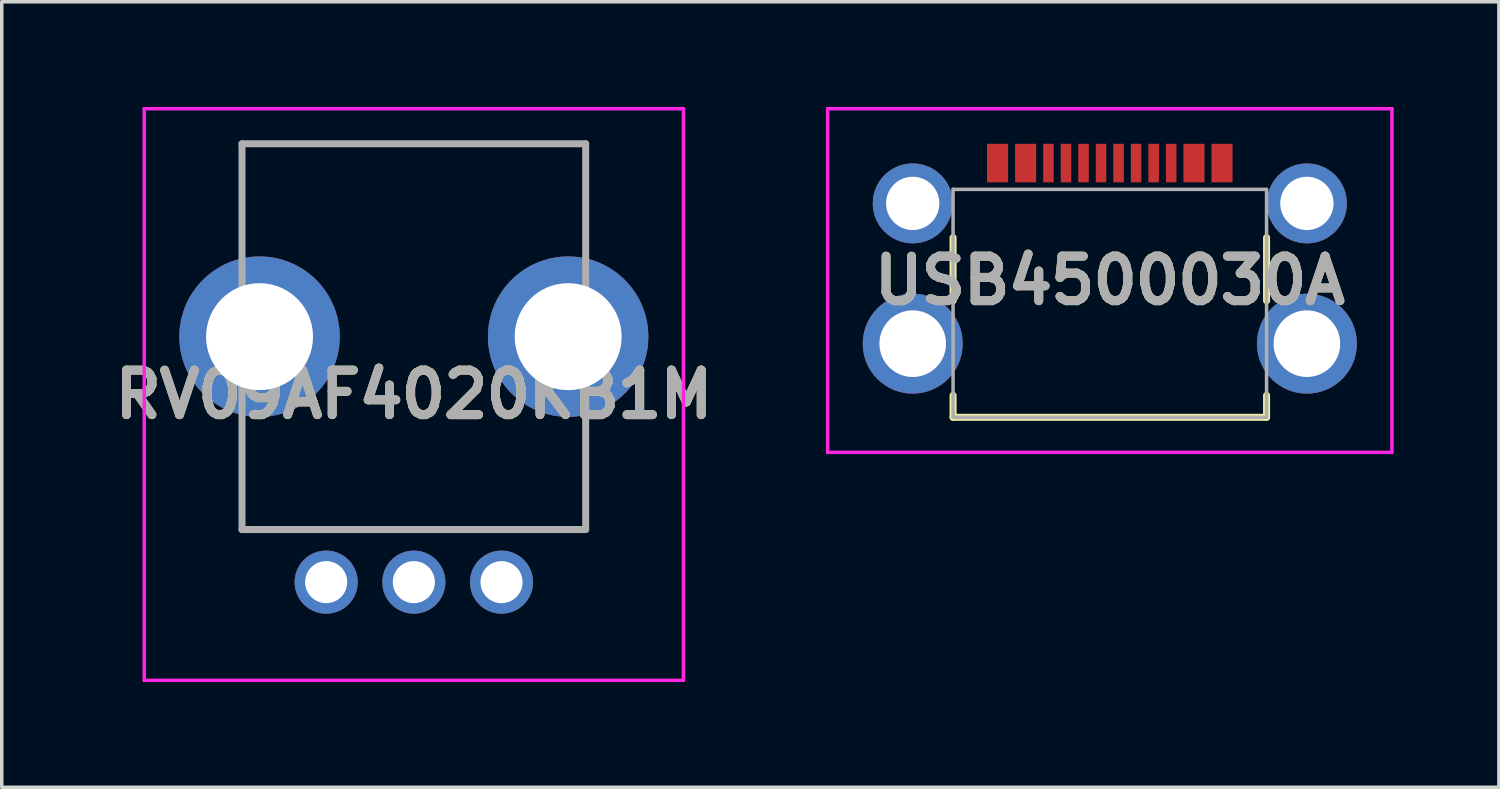
<source format=kicad_pcb>
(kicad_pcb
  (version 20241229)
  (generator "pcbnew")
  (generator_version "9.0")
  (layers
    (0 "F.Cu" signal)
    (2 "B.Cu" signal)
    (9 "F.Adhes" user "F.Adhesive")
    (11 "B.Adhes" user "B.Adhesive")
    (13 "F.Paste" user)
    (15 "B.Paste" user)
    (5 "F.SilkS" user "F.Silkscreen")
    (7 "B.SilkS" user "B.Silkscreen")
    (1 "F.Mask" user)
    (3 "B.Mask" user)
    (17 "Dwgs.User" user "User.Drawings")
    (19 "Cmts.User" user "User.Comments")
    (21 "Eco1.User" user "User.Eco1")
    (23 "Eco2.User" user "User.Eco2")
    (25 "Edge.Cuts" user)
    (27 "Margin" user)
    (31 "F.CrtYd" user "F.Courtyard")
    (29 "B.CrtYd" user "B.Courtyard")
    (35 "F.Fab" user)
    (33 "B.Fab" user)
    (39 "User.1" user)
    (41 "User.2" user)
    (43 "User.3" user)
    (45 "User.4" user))
  (footprint "USB4500030A"
    (layer "F.Cu")
    (at 28.597 5.6)
    (property "Reference" "USB4500030A" (at 0 -0.65 0) (layer "F.SilkS") (effects (font (size 1.27 1.27) (thickness 0.254))))
    (attr through_hole)
    (fp_line (start -4.47 -1.875) (end -4.47 -0.075) (stroke (width 0.2) (type solid)) (layer "F.SilkS"))
    (fp_line (start -4.47 2.625) (end -4.47 3.25) (stroke (width 0.2) (type solid)) (layer "F.SilkS"))
    (fp_line (start -4.47 3.25) (end 4.47 3.25) (stroke (width 0.2) (type solid)) (layer "F.SilkS"))
    (fp_line (start 4.47 -1.875) (end 4.47 -0.075) (stroke (width 0.2) (type solid)) (layer "F.SilkS"))
    (fp_line (start 4.47 3.25) (end 4.47 2.625) (stroke (width 0.2) (type solid)) (layer "F.SilkS"))
    (fp_line (start -8.045 -5.55) (end 8.045 -5.55) (stroke (width 0.1) (type solid)) (layer "F.CrtYd"))
    (fp_line (start -8.045 4.25) (end -8.045 -5.55) (stroke (width 0.1) (type solid)) (layer "F.CrtYd"))
    (fp_line (start 8.045 -5.55) (end 8.045 4.25) (stroke (width 0.1) (type solid)) (layer "F.CrtYd"))
    (fp_line (start 8.045 4.25) (end -8.045 4.25) (stroke (width 0.1) (type solid)) (layer "F.CrtYd"))
    (fp_line (start -4.47 -3.25) (end 4.47 -3.25) (stroke (width 0.1) (type solid)) (layer "F.Fab"))
    (fp_line (start -4.47 3.25) (end -4.47 -3.25) (stroke (width 0.1) (type solid)) (layer "F.Fab"))
    (fp_line (start 4.47 -3.25) (end 4.47 3.25) (stroke (width 0.1) (type solid)) (layer "F.Fab"))
    (fp_line (start 4.47 3.25) (end -4.47 3.25) (stroke (width 0.1) (type solid)) (layer "F.Fab"))
    (fp_text user "${REFERENCE}" (at 0 -0.65 0) (layer "F.Fab") (effects (font (size 1.27 1.27) (thickness 0.254))))
    (pad "A1" smd rect (at -3.2 -4) (size 0.6 1.1) (layers "F.Cu" "F.Mask" "F.Paste"))
    (pad "A4" smd rect (at -2.4 -4) (size 0.6 1.1) (layers "F.Cu" "F.Mask" "F.Paste"))
    (pad "A5" smd rect (at -1.25 -4) (size 0.3 1.1) (layers "F.Cu" "F.Mask" "F.Paste"))
    (pad "A6" smd rect (at -0.25 -4) (size 0.3 1.1) (layers "F.Cu" "F.Mask" "F.Paste"))
    (pad "A7" smd rect (at 0.25 -4) (size 0.3 1.1) (layers "F.Cu" "F.Mask" "F.Paste"))
    (pad "A8" smd rect (at 1.25 -4) (size 0.3 1.1) (layers "F.Cu" "F.Mask" "F.Paste"))
    (pad "A9" smd rect (at 2.4 -4) (size 0.6 1.1) (layers "F.Cu" "F.Mask" "F.Paste"))
    (pad "A12" smd rect (at 3.2 -4) (size 0.6 1.1) (layers "F.Cu" "F.Mask" "F.Paste"))
    (pad "B5" smd rect (at 1.75 -4) (size 0.3 1.1) (layers "F.Cu" "F.Mask" "F.Paste"))
    (pad "B6" smd rect (at 0.75 -4) (size 0.3 1.1) (layers "F.Cu" "F.Mask" "F.Paste"))
    (pad "B7" smd rect (at -0.75 -4) (size 0.3 1.1) (layers "F.Cu" "F.Mask" "F.Paste"))
    (pad "B8" smd rect (at -1.75 -4) (size 0.3 1.1) (layers "F.Cu" "F.Mask" "F.Paste"))
    (pad "MH1" thru_hole circle (at -5.62 -2.85) (size 2.28 2.28) (drill 1.52) (layers "*.Cu" "*.Mask"))
    (pad "MH2" thru_hole circle (at 5.62 -2.85) (size 2.28 2.28) (drill 1.52) (layers "*.Cu" "*.Mask"))
    (pad "MH3" thru_hole circle (at -5.62 1.15) (size 2.85 2.85) (drill 1.9) (layers "*.Cu" "*.Mask"))
    (pad "MH4" thru_hole circle (at 5.62 1.15) (size 2.85 2.85) (drill 1.9) (layers "*.Cu" "*.Mask")))
  (footprint "RV09AF4020KB1M"
    (layer "F.Cu")
    (at 6.251 13.55)
    (property "Reference" "RV09AF4020KB1M" (at 2.5 -5.35 0) (layer "F.SilkS") (effects (font (size 1.27 1.27) (thickness 0.254))))
    (attr through_hole)
    (fp_line (start -2.4 -12.5) (end -2.4 -12.5) (stroke (width 0.1) (type solid)) (layer "F.SilkS"))
    (fp_line (start -2.4 -12.5) (end -2.4 -12.5) (stroke (width 0.1) (type solid)) (layer "F.SilkS"))
    (fp_line (start -2.4 -12.5) (end -2.4 -9.75) (stroke (width 0.1) (type solid)) (layer "F.SilkS"))
    (fp_line (start -2.4 -12.5) (end 7.4 -12.5) (stroke (width 0.1) (type solid)) (layer "F.SilkS"))
    (fp_line (start -2.4 -9.75) (end -2.4 -12.5) (stroke (width 0.1) (type solid)) (layer "F.SilkS"))
    (fp_line (start -2.4 -9.75) (end -2.4 -9.75) (stroke (width 0.1) (type solid)) (layer "F.SilkS"))
    (fp_line (start -2.4 -4.25) (end -2.4 -4.25) (stroke (width 0.1) (type solid)) (layer "F.SilkS"))
    (fp_line (start -2.4 -4.25) (end -2.4 -1.5) (stroke (width 0.1) (type solid)) (layer "F.SilkS"))
    (fp_line (start -2.4 -1.5) (end -2.4 -4.25) (stroke (width 0.1) (type solid)) (layer "F.SilkS"))
    (fp_line (start -2.4 -1.5) (end -2.4 -1.5) (stroke (width 0.1) (type solid)) (layer "F.SilkS"))
    (fp_line (start -2.4 -1.5) (end -2.4 -1.5) (stroke (width 0.1) (type solid)) (layer "F.SilkS"))
    (fp_line (start -2.4 -1.5) (end 7.4 -1.5) (stroke (width 0.1) (type solid)) (layer "F.SilkS"))
    (fp_line (start 7.4 -12.5) (end -2.4 -12.5) (stroke (width 0.1) (type solid)) (layer "F.SilkS"))
    (fp_line (start 7.4 -12.5) (end 7.4 -12.5) (stroke (width 0.1) (type solid)) (layer "F.SilkS"))
    (fp_line (start 7.4 -12.5) (end 7.4 -12.5) (stroke (width 0.1) (type solid)) (layer "F.SilkS"))
    (fp_line (start 7.4 -12.5) (end 7.4 -9.75) (stroke (width 0.1) (type solid)) (layer "F.SilkS"))
    (fp_line (start 7.4 -9.75) (end 7.4 -12.5) (stroke (width 0.1) (type solid)) (layer "F.SilkS"))
    (fp_line (start 7.4 -9.75) (end 7.4 -9.75) (stroke (width 0.1) (type solid)) (layer "F.SilkS"))
    (fp_line (start 7.4 -4.25) (end 7.4 -4.25) (stroke (width 0.1) (type solid)) (layer "F.SilkS"))
    (fp_line (start 7.4 -4.25) (end 7.4 -1.5) (stroke (width 0.1) (type solid)) (layer "F.SilkS"))
    (fp_line (start 7.4 -1.5) (end -2.4 -1.5) (stroke (width 0.1) (type solid)) (layer "F.SilkS"))
    (fp_line (start 7.4 -1.5) (end 7.4 -4.25) (stroke (width 0.1) (type solid)) (layer "F.SilkS"))
    (fp_line (start 7.4 -1.5) (end 7.4 -1.5) (stroke (width 0.1) (type solid)) (layer "F.SilkS"))
    (fp_line (start 7.4 -1.5) (end 7.4 -1.5) (stroke (width 0.1) (type solid)) (layer "F.SilkS"))
    (fp_line (start -5.188 -13.5) (end 10.188 -13.5) (stroke (width 0.1) (type solid)) (layer "F.CrtYd"))
    (fp_line (start -5.188 2.8) (end -5.188 -13.5) (stroke (width 0.1) (type solid)) (layer "F.CrtYd"))
    (fp_line (start 10.188 -13.5) (end 10.188 2.8) (stroke (width 0.1) (type solid)) (layer "F.CrtYd"))
    (fp_line (start 10.188 2.8) (end -5.188 2.8) (stroke (width 0.1) (type solid)) (layer "F.CrtYd"))
    (fp_line (start -2.4 -12.5) (end -2.4 -1.5) (stroke (width 0.2) (type solid)) (layer "F.Fab"))
    (fp_line (start -2.4 -1.5) (end 7.4 -1.5) (stroke (width 0.2) (type solid)) (layer "F.Fab"))
    (fp_line (start 7.4 -12.5) (end -2.4 -12.5) (stroke (width 0.2) (type solid)) (layer "F.Fab"))
    (fp_line (start 7.4 -1.5) (end 7.4 -12.5) (stroke (width 0.2) (type solid)) (layer "F.Fab"))
    (fp_text user "${REFERENCE}" (at 2.5 -5.35 0) (layer "F.Fab") (effects (font (size 1.27 1.27) (thickness 0.254))))
    (pad "1" thru_hole circle (at 0 0) (size 1.8 1.8) (drill 1.2) (layers "*.Cu" "*.Mask"))
    (pad "2" thru_hole circle (at 2.5 0) (size 1.8 1.8) (drill 1.2) (layers "*.Cu" "*.Mask"))
    (pad "3" thru_hole circle (at 5 0) (size 1.8 1.8) (drill 1.2) (layers "*.Cu" "*.Mask"))
    (pad "MH1" thru_hole circle (at -1.9 -7) (size 4.575 4.575) (drill 3.05) (layers "*.Cu" "*.Mask"))
    (pad "MH2" thru_hole circle (at 6.9 -7) (size 4.575 4.575) (drill 3.05) (layers "*.Cu" "*.Mask")))
  (gr_rect
    (start -3 -3)
    (end 39.692 19.4)
    (stroke (width 0.1) (type default))
    (fill no)
    (layer "Edge.Cuts")))
</source>
